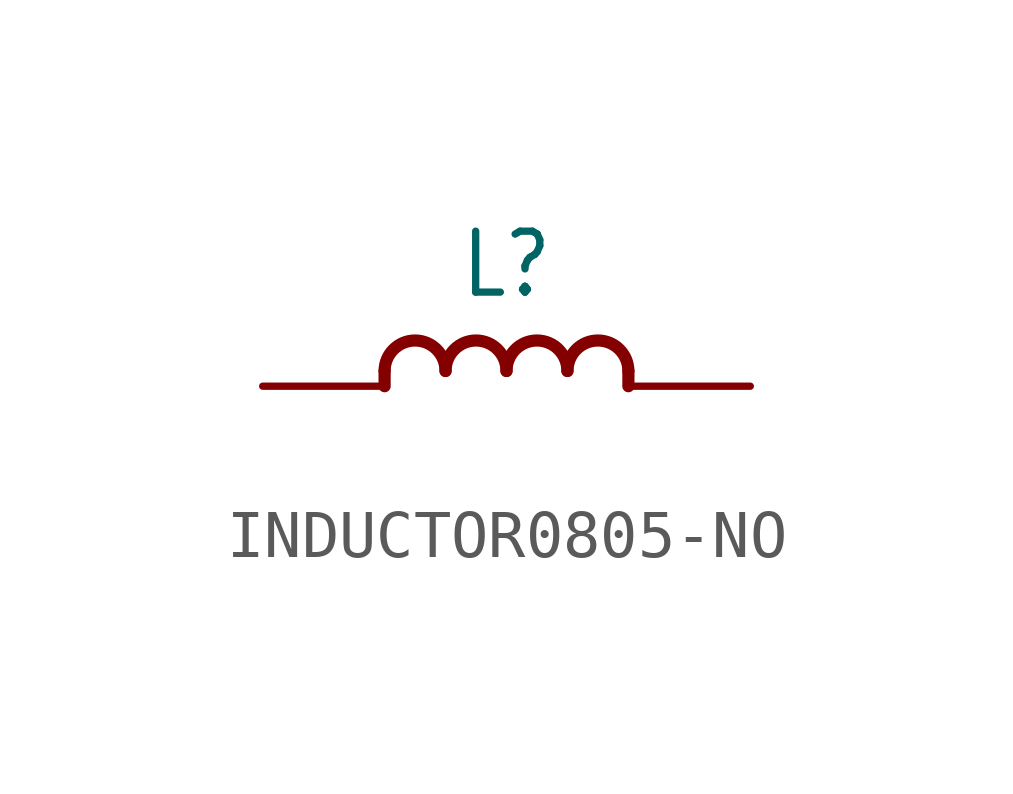
<source format=kicad_sym>
(kicad_symbol_lib
  (version 20231120)
  (generator "kicad_symbol_editor")
  (generator_version "8.0")
  (symbol "INDUCTOR0805-NO"
    (property "Reference" "L"
      (at 0 2.54 0)
      (effects (font (size 1.27 1.079))))
    (property "Value" ""
      (at 0 -1.54 0)
      (effects (font (size 1.27 1.079))))
    (property "ki_locked" ""
      (at 0 0 0)
      (effects (font (size 1.27 1.27))))
    (symbol "INDUCTOR0805-NO_1_0"
      (arc (start -1.27 0.3173) (mid -1.9049 0.9524) (end -2.54 0.3175) (stroke (width 0.254) (type solid)) (fill (type none)))
      (polyline (pts (xy -2.54 0.318) (xy -2.54 0)) (stroke (width 0.254) (type solid)) (fill (type none)))
      (polyline (pts (xy 2.54 0.318) (xy 2.54 0)) (stroke (width 0.254) (type solid)) (fill (type none)))
      (arc (start 0 0.3173) (mid -0.6349 0.9524) (end -1.27 0.3175) (stroke (width 0.254) (type solid)) (fill (type none)))
      (arc (start 1.27 0.3173) (mid 0.6351 0.9524) (end 0 0.3175) (stroke (width 0.254) (type solid)) (fill (type none)))
      (arc (start 2.54 0.3173) (mid 1.9051 0.9524) (end 1.27 0.3175) (stroke (width 0.254) (type solid)) (fill (type none)))
      (pin passive line (at -5.08 0 0) (length 2.54) (name "1" (effects (font (size 0 0)))) (number "1" (effects (font (size 0 0)))))
      (pin passive line (at 5.08 0 180) (length 2.54) (name "2" (effects (font (size 0 0)))) (number "2" (effects (font (size 0 0))))))))
</source>
